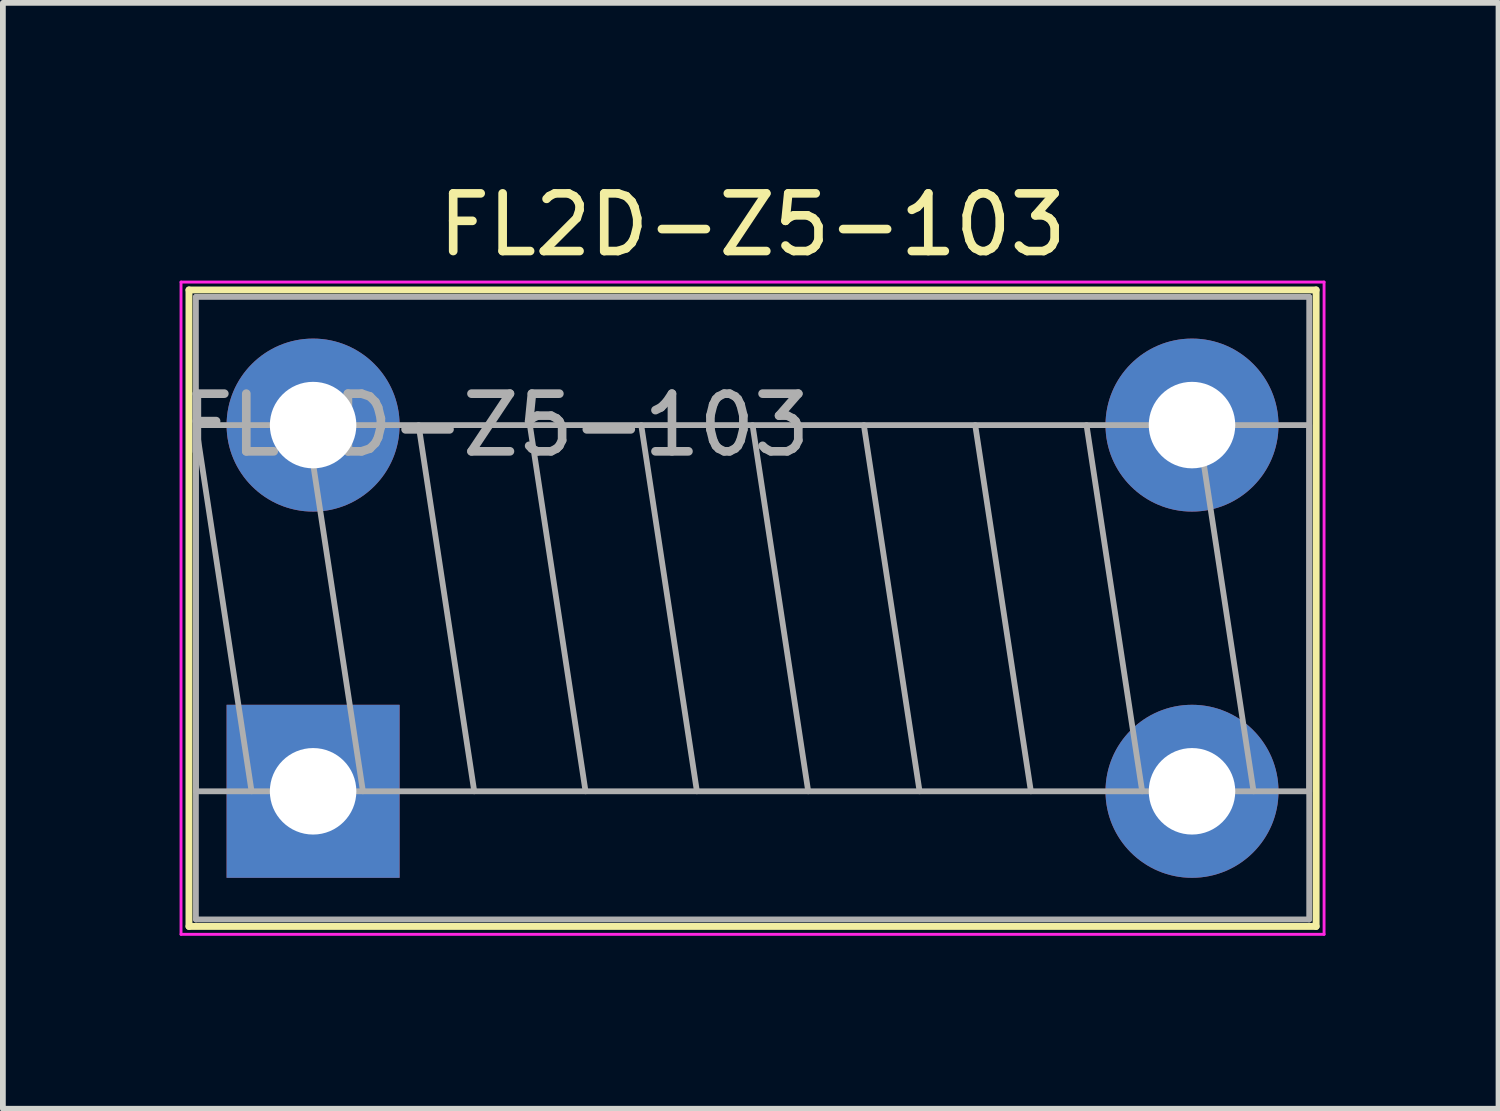
<source format=kicad_pcb>
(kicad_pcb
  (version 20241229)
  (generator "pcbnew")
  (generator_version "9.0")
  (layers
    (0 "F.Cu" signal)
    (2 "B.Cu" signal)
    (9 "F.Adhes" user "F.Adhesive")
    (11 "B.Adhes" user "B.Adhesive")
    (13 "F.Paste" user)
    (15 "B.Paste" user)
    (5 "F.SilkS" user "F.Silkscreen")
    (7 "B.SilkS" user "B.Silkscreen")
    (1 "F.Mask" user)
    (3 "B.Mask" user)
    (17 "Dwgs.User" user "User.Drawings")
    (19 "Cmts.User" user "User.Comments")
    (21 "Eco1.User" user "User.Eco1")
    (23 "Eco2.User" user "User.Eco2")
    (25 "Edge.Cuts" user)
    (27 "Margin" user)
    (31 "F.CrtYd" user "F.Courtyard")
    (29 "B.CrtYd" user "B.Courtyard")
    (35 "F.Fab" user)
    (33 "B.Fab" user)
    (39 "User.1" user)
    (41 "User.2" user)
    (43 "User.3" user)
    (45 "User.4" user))
  (footprint "FL2D-Z5-103"
    (layer "F.Cu")
    (at 2.379 4.321)
    (property "Reference" "FL2D-Z5-103" (at 7.62 -3.473 0) (layer "F.SilkS") (effects (font (size 1 1) (thickness 0.15))))
    (attr through_hole)
    (fp_line (start -2.152 -2.343) (end -2.152 8.693) (stroke (width 0.12) (type solid)) (layer "F.SilkS"))
    (fp_line (start -2.152 -2.343) (end 17.392 -2.343) (stroke (width 0.12) (type solid)) (layer "F.SilkS"))
    (fp_line (start -2.152 8.693) (end 17.392 8.693) (stroke (width 0.12) (type solid)) (layer "F.SilkS"))
    (fp_line (start 17.392 -2.343) (end 17.392 8.693) (stroke (width 0.12) (type solid)) (layer "F.SilkS"))
    (fp_line (start -2.29 -2.48) (end -2.29 8.83) (stroke (width 0.05) (type solid)) (layer "F.CrtYd"))
    (fp_line (start -2.29 8.83) (end 17.53 8.83) (stroke (width 0.05) (type solid)) (layer "F.CrtYd"))
    (fp_line (start 17.53 -2.48) (end -2.29 -2.48) (stroke (width 0.05) (type solid)) (layer "F.CrtYd"))
    (fp_line (start 17.53 8.83) (end 17.53 -2.48) (stroke (width 0.05) (type solid)) (layer "F.CrtYd"))
    (fp_line (start -2.032 -2.223) (end -2.032 8.572) (stroke (width 0.1) (type solid)) (layer "F.Fab"))
    (fp_line (start -2.032 0) (end -2.032 6.35) (stroke (width 0.1) (type solid)) (layer "F.Fab"))
    (fp_line (start -2.032 0) (end -1.067 6.35) (stroke (width 0.1) (type solid)) (layer "F.Fab"))
    (fp_line (start -2.032 6.35) (end 17.272 6.35) (stroke (width 0.1) (type solid)) (layer "F.Fab"))
    (fp_line (start -2.032 8.572) (end 17.272 8.572) (stroke (width 0.1) (type solid)) (layer "F.Fab"))
    (fp_line (start -0.102 0) (end 0.864 6.35) (stroke (width 0.1) (type solid)) (layer "F.Fab"))
    (fp_line (start 1.829 0) (end 2.794 6.35) (stroke (width 0.1) (type solid)) (layer "F.Fab"))
    (fp_line (start 3.759 0) (end 4.724 6.35) (stroke (width 0.1) (type solid)) (layer "F.Fab"))
    (fp_line (start 5.69 0) (end 6.655 6.35) (stroke (width 0.1) (type solid)) (layer "F.Fab"))
    (fp_line (start 7.62 0) (end 8.585 6.35) (stroke (width 0.1) (type solid)) (layer "F.Fab"))
    (fp_line (start 9.55 0) (end 10.516 6.35) (stroke (width 0.1) (type solid)) (layer "F.Fab"))
    (fp_line (start 11.481 0) (end 12.446 6.35) (stroke (width 0.1) (type solid)) (layer "F.Fab"))
    (fp_line (start 13.411 0) (end 14.376 6.35) (stroke (width 0.1) (type solid)) (layer "F.Fab"))
    (fp_line (start 15.342 0) (end 16.307 6.35) (stroke (width 0.1) (type solid)) (layer "F.Fab"))
    (fp_line (start 17.272 -2.223) (end -2.032 -2.223) (stroke (width 0.1) (type solid)) (layer "F.Fab"))
    (fp_line (start 17.272 0) (end -2.032 0) (stroke (width 0.1) (type solid)) (layer "F.Fab"))
    (fp_line (start 17.272 6.35) (end 17.272 0) (stroke (width 0.1) (type solid)) (layer "F.Fab"))
    (fp_line (start 17.272 8.572) (end 17.272 -2.223) (stroke (width 0.1) (type solid)) (layer "F.Fab"))
    (fp_text user "${REFERENCE}" (at 3.175 0 0) (layer "F.Fab") (effects (font (size 1 1) (thickness 0.15))))
    (pad "1" thru_hole rect (at 0 6.35) (size 3 3) (drill 1.5) (layers "*.Cu" "*.Mask"))
    (pad "2" thru_hole circle (at 15.24 6.35) (size 3 3) (drill 1.5) (layers "*.Cu" "*.Mask"))
    (pad "3" thru_hole circle (at 15.24 0) (size 3 3) (drill 1.5) (layers "*.Cu" "*.Mask"))
    (pad "4" thru_hole circle (at 0 0) (size 3 3) (drill 1.5) (layers "*.Cu" "*.Mask")))
  (gr_rect
    (start -3 -3)
    (end 22.934 16.176)
    (stroke (width 0.1) (type default))
    (fill no)
    (layer "Edge.Cuts")))
</source>
